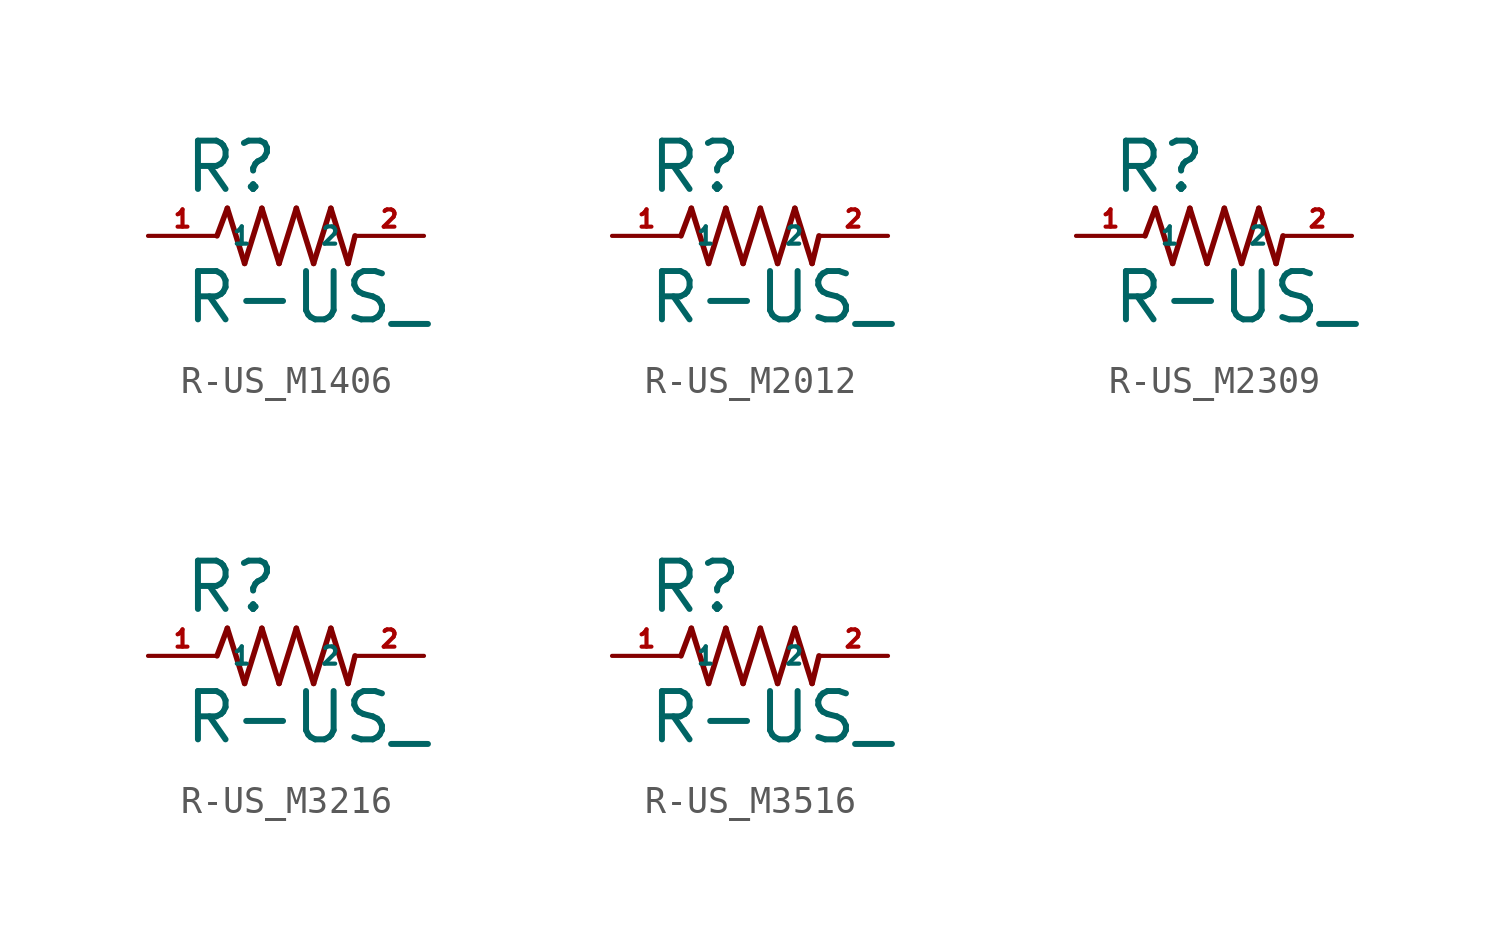
<source format=kicad_sym>
(kicad_symbol_lib
  (version 20220914)
  (generator Eagle2Kicad)
  (symbol "R-US_M1406"
    (property "Reference" "R"
      (at -3.81 1.499 0)
      (effects (font (size 1.778 1.778) (thickness 0.22)) (justify left bottom)))
    (property "Value" "R-US_"
      (at -3.81 -3.302 0)
      (effects (font (size 1.778 1.778) (thickness 0.22)) (justify left bottom)))
    (polyline
      (pts (xy -2.54 0) (xy -2.159 1.016))
      (stroke (width 0.203) (type default))
      (fill (type none)))
    (polyline
      (pts (xy -2.159 1.016) (xy -1.524 -1.016))
      (stroke (width 0.203) (type default))
      (fill (type none)))
    (polyline
      (pts (xy -1.524 -1.016) (xy -0.889 1.016))
      (stroke (width 0.203) (type default))
      (fill (type none)))
    (polyline
      (pts (xy -0.889 1.016) (xy -0.254 -1.016))
      (stroke (width 0.203) (type default))
      (fill (type none)))
    (polyline
      (pts (xy -0.254 -1.016) (xy 0.381 1.016))
      (stroke (width 0.203) (type default))
      (fill (type none)))
    (polyline
      (pts (xy 0.381 1.016) (xy 1.016 -1.016))
      (stroke (width 0.203) (type default))
      (fill (type none)))
    (polyline
      (pts (xy 1.016 -1.016) (xy 1.651 1.016))
      (stroke (width 0.203) (type default))
      (fill (type none)))
    (polyline
      (pts (xy 1.651 1.016) (xy 2.286 -1.016))
      (stroke (width 0.203) (type default))
      (fill (type none)))
    (polyline
      (pts (xy 2.286 -1.016) (xy 2.54 0))
      (stroke (width 0.203) (type default))
      (fill (type none)))
    (pin passive line
      (at 5.08 0 180)
      (length 2.54)
      (name "2" (effects (font (size 0.635 0.635) (thickness 0.08)) (justify left bottom)))
      (number "2" (effects (font (size 0.635 0.635) (thickness 0.08)) (justify left bottom))))
    (pin passive line
      (at -5.08 0 0)
      (length 2.54)
      (name "1" (effects (font (size 0.635 0.635) (thickness 0.08)) (justify left bottom)))
      (number "1" (effects (font (size 0.635 0.635) (thickness 0.08)) (justify left bottom)))))
  (symbol "R-US_M2012"
    (property "Reference" "R"
      (at -3.81 1.499 0)
      (effects (font (size 1.778 1.778) (thickness 0.22)) (justify left bottom)))
    (property "Value" "R-US_"
      (at -3.81 -3.302 0)
      (effects (font (size 1.778 1.778) (thickness 0.22)) (justify left bottom)))
    (polyline
      (pts (xy -2.54 0) (xy -2.159 1.016))
      (stroke (width 0.203) (type default))
      (fill (type none)))
    (polyline
      (pts (xy -2.159 1.016) (xy -1.524 -1.016))
      (stroke (width 0.203) (type default))
      (fill (type none)))
    (polyline
      (pts (xy -1.524 -1.016) (xy -0.889 1.016))
      (stroke (width 0.203) (type default))
      (fill (type none)))
    (polyline
      (pts (xy -0.889 1.016) (xy -0.254 -1.016))
      (stroke (width 0.203) (type default))
      (fill (type none)))
    (polyline
      (pts (xy -0.254 -1.016) (xy 0.381 1.016))
      (stroke (width 0.203) (type default))
      (fill (type none)))
    (polyline
      (pts (xy 0.381 1.016) (xy 1.016 -1.016))
      (stroke (width 0.203) (type default))
      (fill (type none)))
    (polyline
      (pts (xy 1.016 -1.016) (xy 1.651 1.016))
      (stroke (width 0.203) (type default))
      (fill (type none)))
    (polyline
      (pts (xy 1.651 1.016) (xy 2.286 -1.016))
      (stroke (width 0.203) (type default))
      (fill (type none)))
    (polyline
      (pts (xy 2.286 -1.016) (xy 2.54 0))
      (stroke (width 0.203) (type default))
      (fill (type none)))
    (pin passive line
      (at 5.08 0 180)
      (length 2.54)
      (name "2" (effects (font (size 0.635 0.635) (thickness 0.08)) (justify left bottom)))
      (number "2" (effects (font (size 0.635 0.635) (thickness 0.08)) (justify left bottom))))
    (pin passive line
      (at -5.08 0 0)
      (length 2.54)
      (name "1" (effects (font (size 0.635 0.635) (thickness 0.08)) (justify left bottom)))
      (number "1" (effects (font (size 0.635 0.635) (thickness 0.08)) (justify left bottom)))))
  (symbol "R-US_M2309"
    (property "Reference" "R"
      (at -3.81 1.499 0)
      (effects (font (size 1.778 1.778) (thickness 0.22)) (justify left bottom)))
    (property "Value" "R-US_"
      (at -3.81 -3.302 0)
      (effects (font (size 1.778 1.778) (thickness 0.22)) (justify left bottom)))
    (polyline
      (pts (xy -2.54 0) (xy -2.159 1.016))
      (stroke (width 0.203) (type default))
      (fill (type none)))
    (polyline
      (pts (xy -2.159 1.016) (xy -1.524 -1.016))
      (stroke (width 0.203) (type default))
      (fill (type none)))
    (polyline
      (pts (xy -1.524 -1.016) (xy -0.889 1.016))
      (stroke (width 0.203) (type default))
      (fill (type none)))
    (polyline
      (pts (xy -0.889 1.016) (xy -0.254 -1.016))
      (stroke (width 0.203) (type default))
      (fill (type none)))
    (polyline
      (pts (xy -0.254 -1.016) (xy 0.381 1.016))
      (stroke (width 0.203) (type default))
      (fill (type none)))
    (polyline
      (pts (xy 0.381 1.016) (xy 1.016 -1.016))
      (stroke (width 0.203) (type default))
      (fill (type none)))
    (polyline
      (pts (xy 1.016 -1.016) (xy 1.651 1.016))
      (stroke (width 0.203) (type default))
      (fill (type none)))
    (polyline
      (pts (xy 1.651 1.016) (xy 2.286 -1.016))
      (stroke (width 0.203) (type default))
      (fill (type none)))
    (polyline
      (pts (xy 2.286 -1.016) (xy 2.54 0))
      (stroke (width 0.203) (type default))
      (fill (type none)))
    (pin passive line
      (at 5.08 0 180)
      (length 2.54)
      (name "2" (effects (font (size 0.635 0.635) (thickness 0.08)) (justify left bottom)))
      (number "2" (effects (font (size 0.635 0.635) (thickness 0.08)) (justify left bottom))))
    (pin passive line
      (at -5.08 0 0)
      (length 2.54)
      (name "1" (effects (font (size 0.635 0.635) (thickness 0.08)) (justify left bottom)))
      (number "1" (effects (font (size 0.635 0.635) (thickness 0.08)) (justify left bottom)))))
  (symbol "R-US_M3216"
    (property "Reference" "R"
      (at -3.81 1.499 0)
      (effects (font (size 1.778 1.778) (thickness 0.22)) (justify left bottom)))
    (property "Value" "R-US_"
      (at -3.81 -3.302 0)
      (effects (font (size 1.778 1.778) (thickness 0.22)) (justify left bottom)))
    (polyline
      (pts (xy -2.54 0) (xy -2.159 1.016))
      (stroke (width 0.203) (type default))
      (fill (type none)))
    (polyline
      (pts (xy -2.159 1.016) (xy -1.524 -1.016))
      (stroke (width 0.203) (type default))
      (fill (type none)))
    (polyline
      (pts (xy -1.524 -1.016) (xy -0.889 1.016))
      (stroke (width 0.203) (type default))
      (fill (type none)))
    (polyline
      (pts (xy -0.889 1.016) (xy -0.254 -1.016))
      (stroke (width 0.203) (type default))
      (fill (type none)))
    (polyline
      (pts (xy -0.254 -1.016) (xy 0.381 1.016))
      (stroke (width 0.203) (type default))
      (fill (type none)))
    (polyline
      (pts (xy 0.381 1.016) (xy 1.016 -1.016))
      (stroke (width 0.203) (type default))
      (fill (type none)))
    (polyline
      (pts (xy 1.016 -1.016) (xy 1.651 1.016))
      (stroke (width 0.203) (type default))
      (fill (type none)))
    (polyline
      (pts (xy 1.651 1.016) (xy 2.286 -1.016))
      (stroke (width 0.203) (type default))
      (fill (type none)))
    (polyline
      (pts (xy 2.286 -1.016) (xy 2.54 0))
      (stroke (width 0.203) (type default))
      (fill (type none)))
    (pin passive line
      (at 5.08 0 180)
      (length 2.54)
      (name "2" (effects (font (size 0.635 0.635) (thickness 0.08)) (justify left bottom)))
      (number "2" (effects (font (size 0.635 0.635) (thickness 0.08)) (justify left bottom))))
    (pin passive line
      (at -5.08 0 0)
      (length 2.54)
      (name "1" (effects (font (size 0.635 0.635) (thickness 0.08)) (justify left bottom)))
      (number "1" (effects (font (size 0.635 0.635) (thickness 0.08)) (justify left bottom)))))
  (symbol "R-US_M3516"
    (property "Reference" "R"
      (at -3.81 1.499 0)
      (effects (font (size 1.778 1.778) (thickness 0.22)) (justify left bottom)))
    (property "Value" "R-US_"
      (at -3.81 -3.302 0)
      (effects (font (size 1.778 1.778) (thickness 0.22)) (justify left bottom)))
    (polyline
      (pts (xy -2.54 0) (xy -2.159 1.016))
      (stroke (width 0.203) (type default))
      (fill (type none)))
    (polyline
      (pts (xy -2.159 1.016) (xy -1.524 -1.016))
      (stroke (width 0.203) (type default))
      (fill (type none)))
    (polyline
      (pts (xy -1.524 -1.016) (xy -0.889 1.016))
      (stroke (width 0.203) (type default))
      (fill (type none)))
    (polyline
      (pts (xy -0.889 1.016) (xy -0.254 -1.016))
      (stroke (width 0.203) (type default))
      (fill (type none)))
    (polyline
      (pts (xy -0.254 -1.016) (xy 0.381 1.016))
      (stroke (width 0.203) (type default))
      (fill (type none)))
    (polyline
      (pts (xy 0.381 1.016) (xy 1.016 -1.016))
      (stroke (width 0.203) (type default))
      (fill (type none)))
    (polyline
      (pts (xy 1.016 -1.016) (xy 1.651 1.016))
      (stroke (width 0.203) (type default))
      (fill (type none)))
    (polyline
      (pts (xy 1.651 1.016) (xy 2.286 -1.016))
      (stroke (width 0.203) (type default))
      (fill (type none)))
    (polyline
      (pts (xy 2.286 -1.016) (xy 2.54 0))
      (stroke (width 0.203) (type default))
      (fill (type none)))
    (pin passive line
      (at 5.08 0 180)
      (length 2.54)
      (name "2" (effects (font (size 0.635 0.635) (thickness 0.08)) (justify left bottom)))
      (number "2" (effects (font (size 0.635 0.635) (thickness 0.08)) (justify left bottom))))
    (pin passive line
      (at -5.08 0 0)
      (length 2.54)
      (name "1" (effects (font (size 0.635 0.635) (thickness 0.08)) (justify left bottom)))
      (number "1" (effects (font (size 0.635 0.635) (thickness 0.08)) (justify left bottom))))))
</source>
